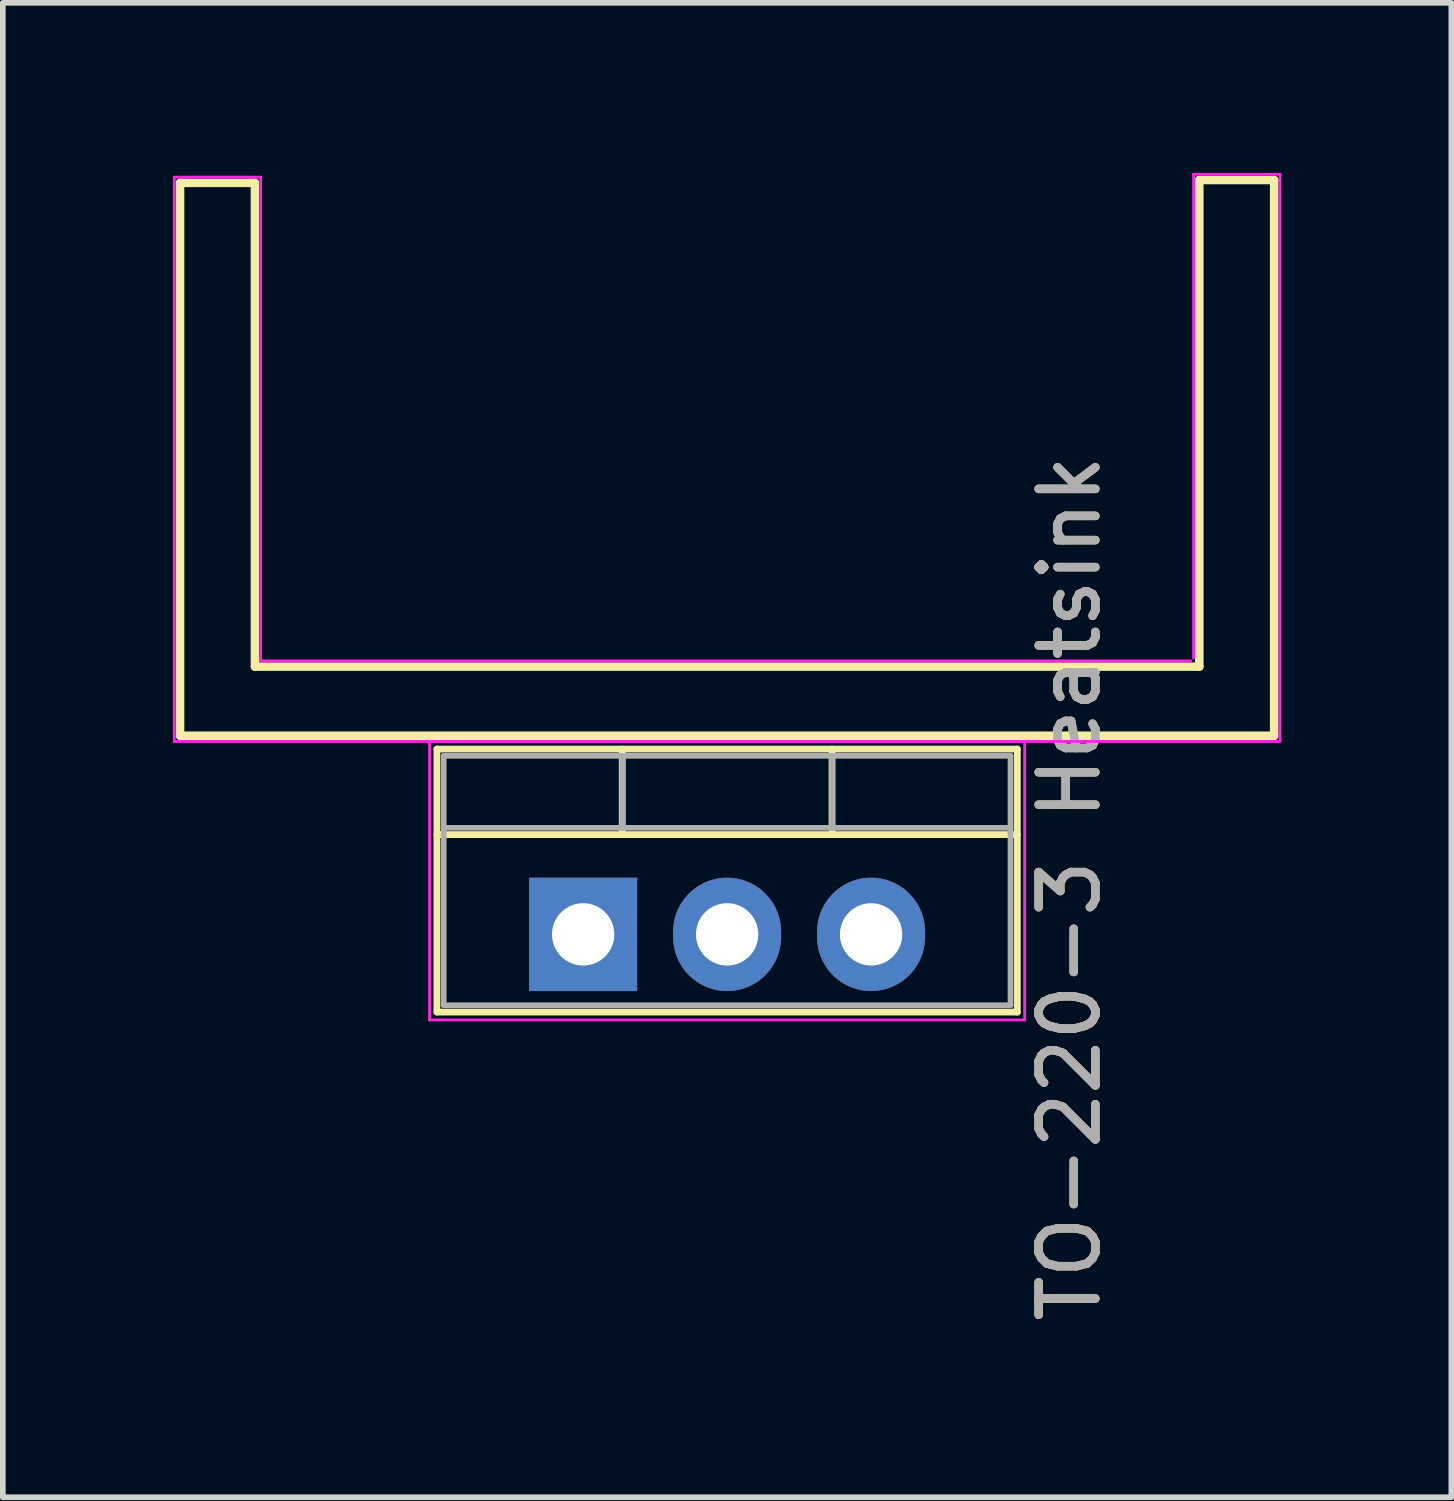
<source format=kicad_pcb>
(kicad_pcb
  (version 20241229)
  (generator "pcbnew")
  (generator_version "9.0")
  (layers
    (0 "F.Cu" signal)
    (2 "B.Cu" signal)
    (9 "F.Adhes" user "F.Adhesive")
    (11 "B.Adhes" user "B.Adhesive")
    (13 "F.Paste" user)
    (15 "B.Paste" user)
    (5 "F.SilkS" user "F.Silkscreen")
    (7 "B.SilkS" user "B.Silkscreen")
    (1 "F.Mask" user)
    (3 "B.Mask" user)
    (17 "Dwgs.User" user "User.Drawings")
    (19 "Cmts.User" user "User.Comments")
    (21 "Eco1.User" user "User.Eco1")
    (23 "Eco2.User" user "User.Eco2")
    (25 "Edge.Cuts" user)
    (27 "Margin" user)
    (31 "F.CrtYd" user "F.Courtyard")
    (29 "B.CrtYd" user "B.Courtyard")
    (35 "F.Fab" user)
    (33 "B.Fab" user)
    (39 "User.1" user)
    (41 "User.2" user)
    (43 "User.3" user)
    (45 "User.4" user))
  (footprint "TO-220-3 Heatsink"
    (layer "F.Cu")
    (at 7.239 13.436)
    (property "Reference" "TO-220-3 Heatsink" (at 8.582 -0.813 90) (layer "F.SilkS") (effects (font (size 1 1) (thickness 0.15))))
    (attr through_hole)
    (fp_line (start -7.112 -13.259) (end -5.791 -13.259) (stroke (width 0.15) (type solid)) (layer "F.SilkS"))
    (fp_line (start -7.112 -3.505) (end -7.112 -13.259) (stroke (width 0.15) (type solid)) (layer "F.SilkS"))
    (fp_line (start -5.791 -13.259) (end -5.791 -4.724) (stroke (width 0.15) (type solid)) (layer "F.SilkS"))
    (fp_line (start -5.791 -4.724) (end 10.871 -4.724) (stroke (width 0.15) (type solid)) (layer "F.SilkS"))
    (fp_line (start -2.58 -3.27) (end -2.58 1.371) (stroke (width 0.12) (type solid)) (layer "F.SilkS"))
    (fp_line (start -2.58 -3.27) (end 7.66 -3.27) (stroke (width 0.12) (type solid)) (layer "F.SilkS"))
    (fp_line (start -2.58 -1.76) (end 7.66 -1.76) (stroke (width 0.12) (type solid)) (layer "F.SilkS"))
    (fp_line (start -2.58 1.371) (end 7.66 1.371) (stroke (width 0.12) (type solid)) (layer "F.SilkS"))
    (fp_line (start 0.69 -3.27) (end 0.69 -1.76) (stroke (width 0.12) (type solid)) (layer "F.SilkS"))
    (fp_line (start 4.391 -3.27) (end 4.391 -1.76) (stroke (width 0.12) (type solid)) (layer "F.SilkS"))
    (fp_line (start 7.66 -3.27) (end 7.66 1.371) (stroke (width 0.12) (type solid)) (layer "F.SilkS"))
    (fp_line (start 10.871 -13.31) (end 12.192 -13.31) (stroke (width 0.15) (type solid)) (layer "F.SilkS"))
    (fp_line (start 10.871 -4.724) (end 10.871 -13.31) (stroke (width 0.15) (type solid)) (layer "F.SilkS"))
    (fp_line (start 12.192 -13.31) (end 12.192 -3.505) (stroke (width 0.15) (type solid)) (layer "F.SilkS"))
    (fp_line (start 12.192 -3.505) (end -7.112 -3.505) (stroke (width 0.15) (type solid)) (layer "F.SilkS"))
    (fp_line (start -7.214 -13.36) (end -5.69 -13.36) (stroke (width 0.05) (type solid)) (layer "F.CrtYd"))
    (fp_line (start -7.214 -3.404) (end -7.214 -13.36) (stroke (width 0.05) (type solid)) (layer "F.CrtYd"))
    (fp_line (start -5.69 -13.36) (end -5.69 -4.826) (stroke (width 0.05) (type solid)) (layer "F.CrtYd"))
    (fp_line (start -5.69 -4.826) (end 10.719 -4.826) (stroke (width 0.05) (type solid)) (layer "F.CrtYd"))
    (fp_line (start -2.71 -3.4) (end -2.71 1.51) (stroke (width 0.05) (type solid)) (layer "F.CrtYd"))
    (fp_line (start -2.71 1.51) (end 7.79 1.51) (stroke (width 0.05) (type solid)) (layer "F.CrtYd"))
    (fp_line (start 2.591 -3.404) (end -7.214 -3.404) (stroke (width 0.05) (type solid)) (layer "F.CrtYd"))
    (fp_line (start 2.591 -3.404) (end 12.294 -3.404) (stroke (width 0.05) (type solid)) (layer "F.CrtYd"))
    (fp_line (start 7.79 -3.4) (end -2.71 -3.4) (stroke (width 0.05) (type solid)) (layer "F.CrtYd"))
    (fp_line (start 7.79 1.51) (end 7.79 -3.4) (stroke (width 0.05) (type solid)) (layer "F.CrtYd"))
    (fp_line (start 10.77 -13.411) (end 10.77 -4.877) (stroke (width 0.05) (type solid)) (layer "F.CrtYd"))
    (fp_line (start 12.294 -13.411) (end 10.77 -13.411) (stroke (width 0.05) (type solid)) (layer "F.CrtYd"))
    (fp_line (start 12.294 -3.404) (end 12.294 -13.411) (stroke (width 0.05) (type solid)) (layer "F.CrtYd"))
    (fp_line (start -2.46 -3.15) (end -2.46 1.25) (stroke (width 0.1) (type solid)) (layer "F.Fab"))
    (fp_line (start -2.46 -1.88) (end 7.54 -1.88) (stroke (width 0.1) (type solid)) (layer "F.Fab"))
    (fp_line (start -2.46 1.25) (end 7.54 1.25) (stroke (width 0.1) (type solid)) (layer "F.Fab"))
    (fp_line (start 0.69 -3.15) (end 0.69 -1.88) (stroke (width 0.1) (type solid)) (layer "F.Fab"))
    (fp_line (start 4.39 -3.15) (end 4.39 -1.88) (stroke (width 0.1) (type solid)) (layer "F.Fab"))
    (fp_line (start 7.54 -3.15) (end -2.46 -3.15) (stroke (width 0.1) (type solid)) (layer "F.Fab"))
    (fp_line (start 7.54 1.25) (end 7.54 -3.15) (stroke (width 0.1) (type solid)) (layer "F.Fab"))
    (fp_text user "${REFERENCE}" (at 8.582 -0.813 90) (layer "F.Fab") (effects (font (size 1 1) (thickness 0.15))))
    (pad "1" thru_hole rect (at 0 0) (size 1.905 2) (drill 1.1) (layers "*.Cu" "*.Mask"))
    (pad "2" thru_hole oval (at 2.54 0) (size 1.905 2) (drill 1.1) (layers "*.Cu" "*.Mask"))
    (pad "3" thru_hole oval (at 5.08 0) (size 1.905 2) (drill 1.1) (layers "*.Cu" "*.Mask")))
  (gr_rect
    (start -3 -3)
    (end 22.557 23.367)
    (stroke (width 0.1) (type default))
    (fill no)
    (layer "Edge.Cuts")))
</source>
